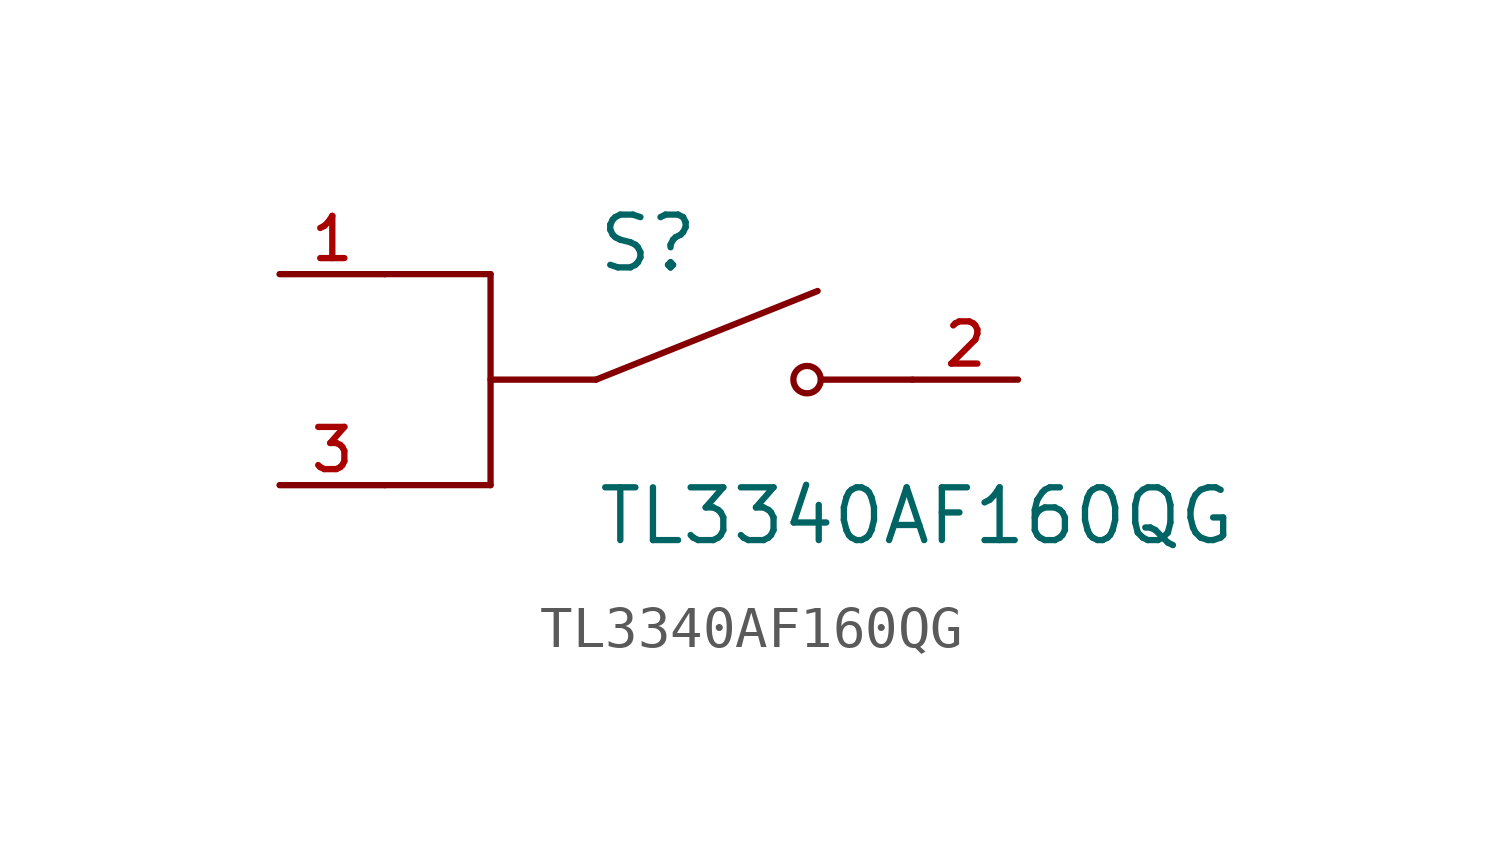
<source format=kicad_sym>
(kicad_symbol_lib
  (version 20211014)
  (generator kicad_symbol_editor)
  (symbol "TL3340AF160QG"
    (pin_names
      (offset 1.016))
    (property "Reference" "S"
      (at -2.54 2.54 0)
      (effects (font (size 1.27 1.27)) (justify bottom left)))
    (property "Value" "TL3340AF160QG"
      (at -2.54 -2.54 0)
      (effects (font (size 1.27 1.27)) (justify top left)))
    (symbol "TL3340AF160QG_0_0"
      (polyline (pts (xy -2.54 0.0) (xy 2.794 2.134)) (stroke (width 0.152)))
      (circle (center 2.54 0.0) (radius 0.33) (stroke (width 0.152)) (fill (type none)))
      (polyline (pts (xy 5.08 0.0) (xy 2.921 0.0)) (stroke (width 0.152)))
      (polyline (pts (xy -2.54 0.0) (xy -5.08 0.0)) (stroke (width 0.152)))
      (polyline (pts (xy -5.08 2.54) (xy -5.08 -2.54)) (stroke (width 0.152)))
      (polyline (pts (xy -5.08 -2.54) (xy -7.62 -2.54)) (stroke (width 0.152)))
      (polyline (pts (xy -5.08 2.54) (xy -7.62 2.54)) (stroke (width 0.152)))
      (pin passive line (at -10.16 2.54 0) (length 2.54) (name "~" (effects (font (size 1.016 1.016)))) (number "1" (effects (font (size 1.016 1.016)))))
      (pin passive line (at 7.62 0.0 180.0) (length 2.54) (name "~" (effects (font (size 1.016 1.016)))) (number "2" (effects (font (size 1.016 1.016)))))
      (pin passive line (at -10.16 -2.54 0) (length 2.54) (name "~" (effects (font (size 1.016 1.016)))) (number "3" (effects (font (size 1.016 1.016))))))))
</source>
